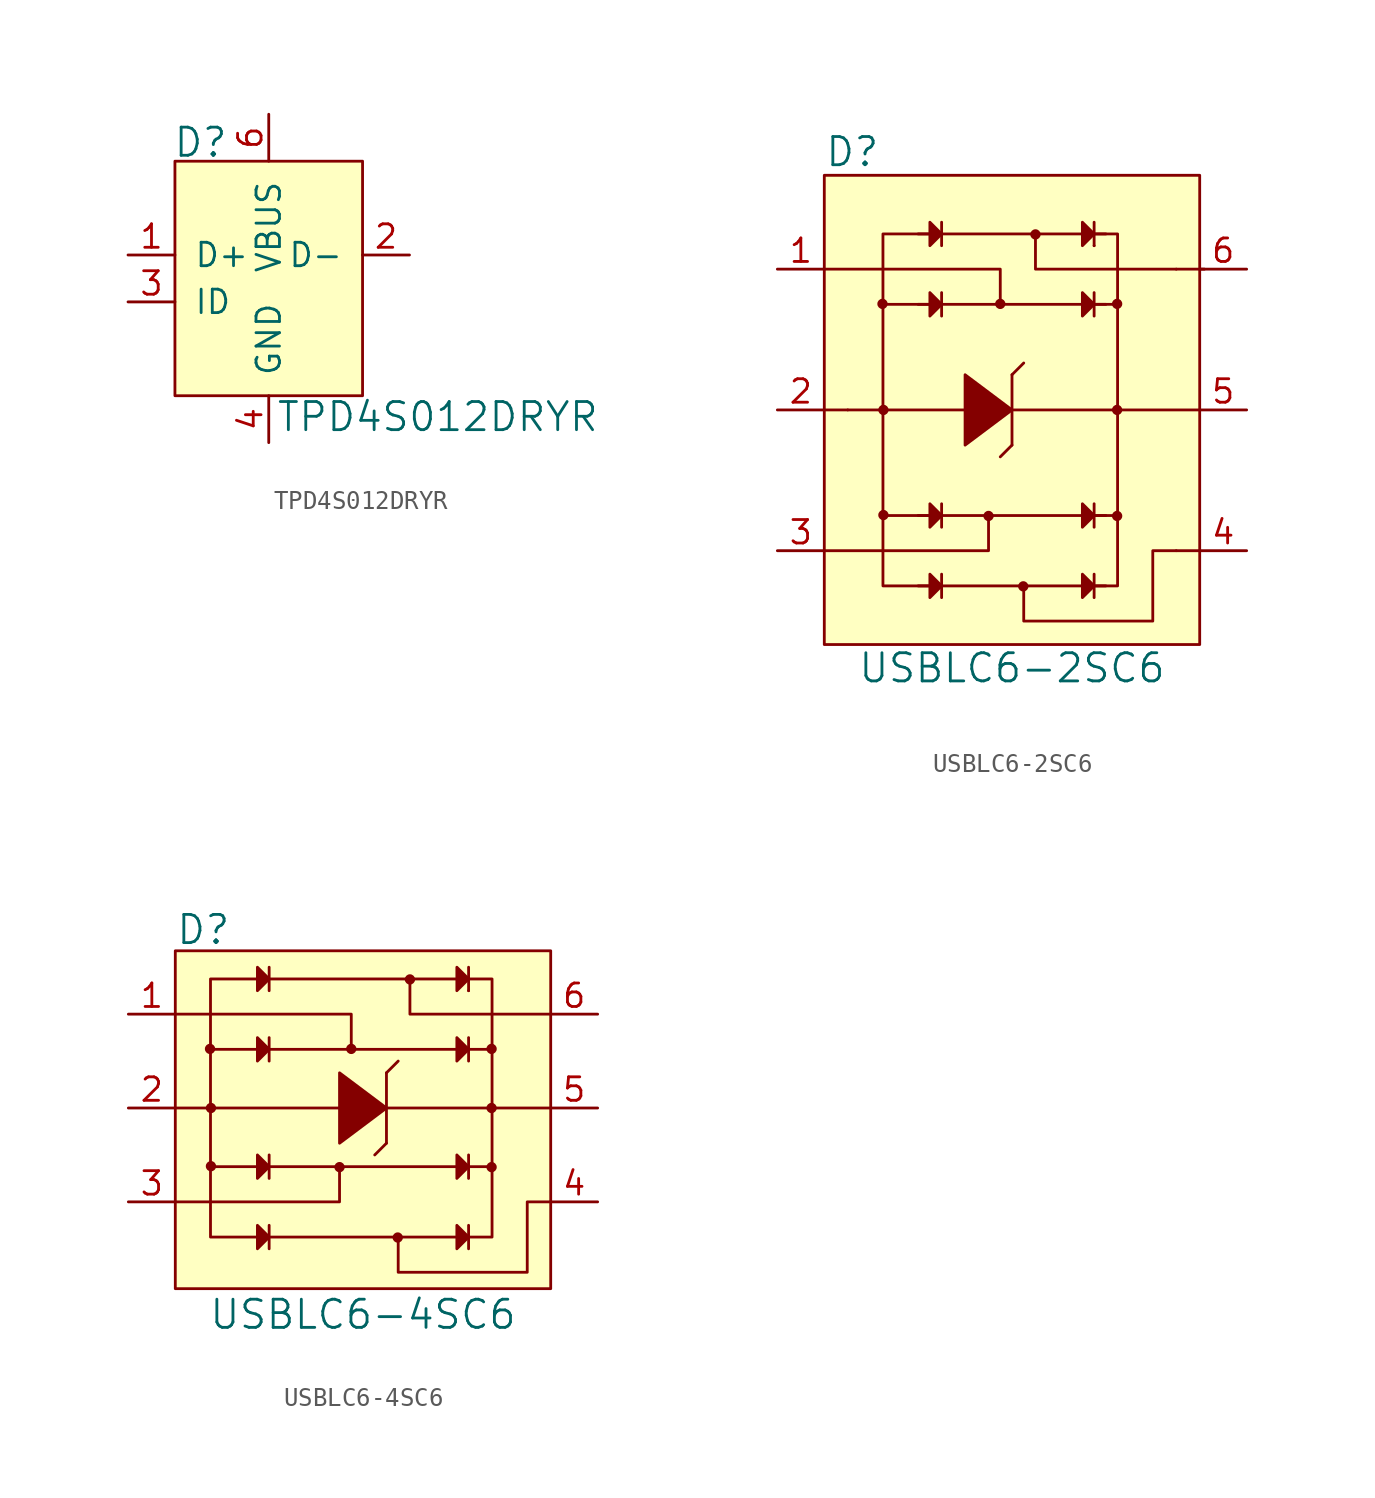
<source format=kicad_sym>
(kicad_symbol_lib
  (version 20220914)
  (generator kicad_symbol_editor)
  (symbol "TPD4S012DRYR"
    (pin_names
      (offset 1.016))
    (property "Reference" "D"
      (at -5.207 1.016 0)
      (effects (font (size 1.524 1.524)) (justify left)))
    (property "Value" "TPD4S012DRYR"
      (at 0.381 -13.843 0)
      (effects (font (size 1.524 1.524)) (justify left)))
    (symbol "TPD4S012DRYR_0_1"
      (rectangle (start -5.08 0) (end 5.08 -12.7) (stroke (width 0) (type default)) (fill (type background))))
    (symbol "TPD4S012DRYR_1_1"
      (pin input line (at -7.62 -5.08 0) (length 2.54) (name "D+" (effects (font (size 1.27 1.27)))) (number "1" (effects (font (size 1.27 1.27)))))
      (pin output line (at 7.62 -5.08 180) (length 2.54) (name "D-" (effects (font (size 1.27 1.27)))) (number "2" (effects (font (size 1.27 1.27)))))
      (pin input line (at -7.62 -7.62 0) (length 2.54) (name "ID" (effects (font (size 1.27 1.27)))) (number "3" (effects (font (size 1.27 1.27)))))
      (pin power_in line (at 0 -15.24 90) (length 2.54) (name "GND" (effects (font (size 1.27 1.27)))) (number "4" (effects (font (size 1.27 1.27)))))
      (pin no_connect line (at 5.08 -7.62 180) (length 2.54) hide (name "NC" (effects (font (size 1.27 1.27)))) (number "5" (effects (font (size 1.27 1.27)))))
      (pin power_in line (at 0 2.54 270) (length 2.54) (name "VBUS" (effects (font (size 1.27 1.27)))) (number "6" (effects (font (size 1.27 1.27)))))))
  (symbol "USBLC6-2SC6"
    (pin_names
      (offset 1.016))
    (property "Reference" "D"
      (at -10.16 13.97 0)
      (effects (font (size 1.524 1.524)) (justify left)))
    (property "Value" "USBLC6-2SC6"
      (at 0 -13.97 0)
      (effects (font (size 1.524 1.524))))
    (symbol "USBLC6-2SC6_0_1"
      (rectangle (start -10.16 12.7) (end 10.16 -12.7) (stroke (width 0) (type default)) (fill (type background)))
      (circle (center -7.01 5.74) (radius 0.203) (stroke (width 0) (type default)) (fill (type outline)))
      (circle (center -6.96 -5.69) (radius 0.203) (stroke (width 0) (type default)) (fill (type outline)))
      (circle (center -6.96 0) (radius 0.203) (stroke (width 0) (type default)) (fill (type outline)))
      (circle (center -1.27 -5.74) (radius 0.203) (stroke (width 0) (type default)) (fill (type outline)))
      (circle (center -0.635 5.74) (radius 0.203) (stroke (width 0) (type default)) (fill (type outline)))
      (polyline (pts (xy -8.89 0) (xy -10.16 0)) (stroke (width 0) (type default)) (fill (type none)))
      (polyline (pts (xy -5.08 -9.525) (xy 5.08 -9.525)) (stroke (width 0) (type default)) (fill (type none)))
      (polyline (pts (xy -5.08 -5.715) (xy 5.08 -5.715)) (stroke (width 0) (type default)) (fill (type none)))
      (polyline (pts (xy -5.08 5.715) (xy 5.08 5.715)) (stroke (width 0) (type default)) (fill (type none)))
      (polyline (pts (xy -5.08 9.525) (xy 5.08 9.525)) (stroke (width 0) (type default)) (fill (type none)))
      (polyline (pts (xy -4.445 -5.715) (xy -6.985 -5.715)) (stroke (width 0) (type default)) (fill (type none)))
      (polyline (pts (xy -4.445 5.715) (xy -6.985 5.715)) (stroke (width 0) (type default)) (fill (type none)))
      (polyline (pts (xy -3.81 -8.89) (xy -3.81 -10.16)) (stroke (width 0) (type default)) (fill (type none)))
      (polyline (pts (xy -3.81 -5.08) (xy -3.81 -6.35)) (stroke (width 0) (type default)) (fill (type none)))
      (polyline (pts (xy -3.81 6.35) (xy -3.81 5.08)) (stroke (width 0) (type default)) (fill (type none)))
      (polyline (pts (xy -3.81 10.16) (xy -3.81 8.89)) (stroke (width 0) (type default)) (fill (type none)))
      (polyline (pts (xy 0 -1.905) (xy -0.635 -2.54)) (stroke (width 0) (type default)) (fill (type none)))
      (polyline (pts (xy 0 1.905) (xy 0 -1.905)) (stroke (width 0) (type default)) (fill (type none)))
      (polyline (pts (xy 0 1.905) (xy 0.635 2.54)) (stroke (width 0) (type default)) (fill (type none)))
      (polyline (pts (xy 4.445 -8.89) (xy 4.445 -10.16)) (stroke (width 0) (type default)) (fill (type none)))
      (polyline (pts (xy 4.445 -5.715) (xy 5.715 -5.715)) (stroke (width 0) (type default)) (fill (type none)))
      (polyline (pts (xy 4.445 -5.08) (xy 4.445 -6.35)) (stroke (width 0) (type default)) (fill (type none)))
      (polyline (pts (xy 4.445 5.715) (xy 5.715 5.715)) (stroke (width 0) (type default)) (fill (type none)))
      (polyline (pts (xy 4.445 6.35) (xy 4.445 5.08)) (stroke (width 0) (type default)) (fill (type none)))
      (polyline (pts (xy 4.445 8.89) (xy 4.445 8.89)) (stroke (width 0) (type default)) (fill (type none)))
      (polyline (pts (xy 4.445 10.16) (xy 4.445 8.89)) (stroke (width 0) (type default)) (fill (type none)))
      (polyline (pts (xy 5.588 0) (xy 10.16 0)) (stroke (width 0) (type default)) (fill (type none)))
      (polyline (pts (xy 5.715 0) (xy 0 0)) (stroke (width 0) (type default)) (fill (type none)))
      (polyline (pts (xy 5.715 5.715) (xy 5.715 5.715)) (stroke (width 0) (type default)) (fill (type none)))
      (polyline (pts (xy 8.89 -7.62) (xy 10.16 -7.62)) (stroke (width 0) (type default)) (fill (type none)))
      (polyline (pts (xy 8.89 7.62) (xy 10.414 7.62)) (stroke (width 0) (type default)) (fill (type none)))
      (polyline (pts (xy -10.16 -7.62) (xy -1.27 -7.62) (xy -1.27 -5.715)) (stroke (width 0) (type default)) (fill (type none)))
      (polyline (pts (xy -10.16 7.62) (xy -0.635 7.62) (xy -0.635 5.715)) (stroke (width 0) (type default)) (fill (type none)))
      (polyline (pts (xy -8.89 0) (xy -6.985 0) (xy 0 0)) (stroke (width 0) (type default)) (fill (type none)))
      (polyline (pts (xy 8.89 7.62) (xy 1.27 7.62) (xy 1.27 9.525)) (stroke (width 0) (type default)) (fill (type none)))
      (polyline (pts (xy -4.445 -9.525) (xy -6.985 -9.525) (xy -6.985 9.525) (xy -4.445 9.525)) (stroke (width 0) (type default)) (fill (type none)))
      (polyline (pts (xy -4.445 -8.89) (xy -4.445 -10.16) (xy -3.81 -9.525) (xy -4.445 -8.89)) (stroke (width 0) (type default)) (fill (type outline)))
      (polyline (pts (xy -4.445 -5.08) (xy -4.445 -6.35) (xy -3.81 -5.715) (xy -4.445 -5.08)) (stroke (width 0) (type default)) (fill (type outline)))
      (polyline (pts (xy -4.445 6.35) (xy -4.445 5.08) (xy -3.81 5.715) (xy -4.445 6.35)) (stroke (width 0) (type default)) (fill (type outline)))
      (polyline (pts (xy -4.445 10.16) (xy -4.445 8.89) (xy -3.81 9.525) (xy -4.445 10.16)) (stroke (width 0) (type default)) (fill (type outline)))
      (polyline (pts (xy -2.54 1.905) (xy -2.54 -1.905) (xy 0 0) (xy -2.54 1.905)) (stroke (width 0) (type default)) (fill (type outline)))
      (polyline (pts (xy 3.81 -8.89) (xy 3.81 -10.16) (xy 4.445 -9.525) (xy 3.81 -8.89)) (stroke (width 0) (type default)) (fill (type outline)))
      (polyline (pts (xy 3.81 -5.08) (xy 3.81 -6.35) (xy 4.445 -5.715) (xy 3.81 -5.08)) (stroke (width 0) (type default)) (fill (type outline)))
      (polyline (pts (xy 3.81 6.35) (xy 3.81 5.08) (xy 4.445 5.715) (xy 3.81 6.35)) (stroke (width 0) (type default)) (fill (type outline)))
      (polyline (pts (xy 3.81 10.16) (xy 3.81 8.89) (xy 4.445 9.525) (xy 3.81 10.16)) (stroke (width 0) (type default)) (fill (type outline)))
      (polyline (pts (xy 4.445 9.525) (xy 5.715 9.525) (xy 5.715 -9.525) (xy 4.445 -9.525)) (stroke (width 0) (type default)) (fill (type none)))
      (polyline (pts (xy 8.89 -7.62) (xy 7.62 -7.62) (xy 7.62 -11.43) (xy 0.635 -11.43) (xy 0.635 -9.525)) (stroke (width 0) (type default)) (fill (type none)))
      (circle (center 0.61 -9.55) (radius 0.203) (stroke (width 0) (type default)) (fill (type outline)))
      (circle (center 1.27 9.5) (radius 0.203) (stroke (width 0) (type default)) (fill (type outline)))
      (circle (center 5.69 -5.74) (radius 0.203) (stroke (width 0) (type default)) (fill (type outline)))
      (circle (center 5.69 0) (radius 0.203) (stroke (width 0) (type default)) (fill (type outline)))
      (circle (center 5.69 5.74) (radius 0.203) (stroke (width 0) (type default)) (fill (type outline))))
    (symbol "USBLC6-2SC6_1_1"
      (pin input line (at -12.7 7.62 0) (length 2.54) (name "~" (effects (font (size 1.27 1.27)))) (number "1" (effects (font (size 1.27 1.27)))))
      (pin power_in line (at -12.7 0 0) (length 2.54) (name "~" (effects (font (size 1.27 1.27)))) (number "2" (effects (font (size 1.27 1.27)))))
      (pin input line (at -12.7 -7.62 0) (length 2.54) (name "~" (effects (font (size 1.27 1.27)))) (number "3" (effects (font (size 1.27 1.27)))))
      (pin input line (at 12.7 -7.62 180) (length 2.54) (name "~" (effects (font (size 1.27 1.27)))) (number "4" (effects (font (size 1.27 1.27)))))
      (pin output line (at 12.7 0 180) (length 2.54) (name "~" (effects (font (size 1.27 1.27)))) (number "5" (effects (font (size 1.27 1.27)))))
      (pin input line (at 12.7 7.62 180) (length 2.54) (name "~" (effects (font (size 1.27 1.27)))) (number "6" (effects (font (size 1.27 1.27)))))))
  (symbol "USBLC6-4SC6"
    (pin_names
      (offset 1.016))
    (property "Reference" "D"
      (at -10.16 9.652 0)
      (effects (font (size 1.524 1.524)) (justify left)))
    (property "Value" "USBLC6-4SC6"
      (at 0 -11.176 0)
      (effects (font (size 1.524 1.524))))
    (symbol "USBLC6-4SC6_0_1"
      (rectangle (start -10.16 8.509) (end 10.16 -9.779) (stroke (width 0) (type default)) (fill (type background)))
      (circle (center -8.28 3.2) (radius 0.203) (stroke (width 0) (type default)) (fill (type outline)))
      (circle (center -8.23 -3.15) (radius 0.203) (stroke (width 0) (type default)) (fill (type outline)))
      (circle (center -8.23 0) (radius 0.203) (stroke (width 0) (type default)) (fill (type outline)))
      (circle (center -1.27 -3.2) (radius 0.203) (stroke (width 0) (type default)) (fill (type outline)))
      (circle (center -0.635 3.2) (radius 0.203) (stroke (width 0) (type default)) (fill (type outline)))
      (polyline (pts (xy -5.715 -3.175) (xy -8.255 -3.175)) (stroke (width 0) (type default)) (fill (type none)))
      (polyline (pts (xy -5.715 3.175) (xy -8.255 3.175)) (stroke (width 0) (type default)) (fill (type none)))
      (polyline (pts (xy -5.08 -6.985) (xy 5.08 -6.985)) (stroke (width 0) (type default)) (fill (type none)))
      (polyline (pts (xy -5.08 -6.35) (xy -5.08 -7.62)) (stroke (width 0) (type default)) (fill (type none)))
      (polyline (pts (xy -5.08 -3.175) (xy 5.08 -3.175)) (stroke (width 0) (type default)) (fill (type none)))
      (polyline (pts (xy -5.08 -2.54) (xy -5.08 -3.81)) (stroke (width 0) (type default)) (fill (type none)))
      (polyline (pts (xy -5.08 3.175) (xy 5.08 3.175)) (stroke (width 0) (type default)) (fill (type none)))
      (polyline (pts (xy -5.08 3.81) (xy -5.08 2.54)) (stroke (width 0) (type default)) (fill (type none)))
      (polyline (pts (xy -5.08 6.985) (xy 5.08 6.985)) (stroke (width 0) (type default)) (fill (type none)))
      (polyline (pts (xy -5.08 7.62) (xy -5.08 6.35)) (stroke (width 0) (type default)) (fill (type none)))
      (polyline (pts (xy 1.27 -1.905) (xy 0.635 -2.54)) (stroke (width 0) (type default)) (fill (type none)))
      (polyline (pts (xy 1.27 1.905) (xy 1.27 -1.905)) (stroke (width 0) (type default)) (fill (type none)))
      (polyline (pts (xy 1.27 1.905) (xy 1.905 2.54)) (stroke (width 0) (type default)) (fill (type none)))
      (polyline (pts (xy 5.715 -6.35) (xy 5.715 -7.62)) (stroke (width 0) (type default)) (fill (type none)))
      (polyline (pts (xy 5.715 -3.175) (xy 6.985 -3.175)) (stroke (width 0) (type default)) (fill (type none)))
      (polyline (pts (xy 5.715 -2.54) (xy 5.715 -3.81)) (stroke (width 0) (type default)) (fill (type none)))
      (polyline (pts (xy 5.715 3.175) (xy 6.985 3.175)) (stroke (width 0) (type default)) (fill (type none)))
      (polyline (pts (xy 5.715 3.81) (xy 5.715 2.54)) (stroke (width 0) (type default)) (fill (type none)))
      (polyline (pts (xy 5.715 6.35) (xy 5.715 6.35)) (stroke (width 0) (type default)) (fill (type none)))
      (polyline (pts (xy 5.715 7.62) (xy 5.715 6.35)) (stroke (width 0) (type default)) (fill (type none)))
      (polyline (pts (xy 6.985 0) (xy 1.27 0)) (stroke (width 0) (type default)) (fill (type none)))
      (polyline (pts (xy 6.985 3.175) (xy 6.985 3.175)) (stroke (width 0) (type default)) (fill (type none)))
      (polyline (pts (xy 10.16 0) (xy 6.985 0)) (stroke (width 0) (type default)) (fill (type none)))
      (polyline (pts (xy -10.16 -5.08) (xy -1.27 -5.08) (xy -1.27 -3.175)) (stroke (width 0) (type default)) (fill (type none)))
      (polyline (pts (xy -10.16 0) (xy -8.255 0) (xy -1.27 0)) (stroke (width 0) (type default)) (fill (type none)))
      (polyline (pts (xy -10.16 5.08) (xy -0.635 5.08) (xy -0.635 3.175)) (stroke (width 0) (type default)) (fill (type none)))
      (polyline (pts (xy 10.16 5.08) (xy 2.54 5.08) (xy 2.54 6.985)) (stroke (width 0) (type default)) (fill (type none)))
      (polyline (pts (xy -5.715 -6.35) (xy -5.715 -7.62) (xy -5.08 -6.985) (xy -5.715 -6.35)) (stroke (width 0) (type default)) (fill (type outline)))
      (polyline (pts (xy -5.715 -2.54) (xy -5.715 -3.81) (xy -5.08 -3.175) (xy -5.715 -2.54)) (stroke (width 0) (type default)) (fill (type outline)))
      (polyline (pts (xy -5.715 3.81) (xy -5.715 2.54) (xy -5.08 3.175) (xy -5.715 3.81)) (stroke (width 0) (type default)) (fill (type outline)))
      (polyline (pts (xy -5.715 7.62) (xy -5.715 6.35) (xy -5.08 6.985) (xy -5.715 7.62)) (stroke (width 0) (type default)) (fill (type outline)))
      (polyline (pts (xy -1.27 1.905) (xy -1.27 -1.905) (xy 1.27 0) (xy -1.27 1.905)) (stroke (width 0) (type default)) (fill (type outline)))
      (polyline (pts (xy 5.08 -6.35) (xy 5.08 -7.62) (xy 5.715 -6.985) (xy 5.08 -6.35)) (stroke (width 0) (type default)) (fill (type outline)))
      (polyline (pts (xy 5.08 -2.54) (xy 5.08 -3.81) (xy 5.715 -3.175) (xy 5.08 -2.54)) (stroke (width 0) (type default)) (fill (type outline)))
      (polyline (pts (xy 5.08 3.81) (xy 5.08 2.54) (xy 5.715 3.175) (xy 5.08 3.81)) (stroke (width 0) (type default)) (fill (type outline)))
      (polyline (pts (xy 5.08 7.62) (xy 5.08 6.35) (xy 5.715 6.985) (xy 5.08 7.62)) (stroke (width 0) (type default)) (fill (type outline)))
      (polyline (pts (xy 10.16 -5.08) (xy 8.89 -5.08) (xy 8.89 -8.89) (xy 1.905 -8.89) (xy 1.905 -6.985)) (stroke (width 0) (type default)) (fill (type none)))
      (circle (center 1.88 -7.01) (radius 0.203) (stroke (width 0) (type default)) (fill (type outline)))
      (circle (center 2.54 6.96) (radius 0.203) (stroke (width 0) (type default)) (fill (type outline)))
      (circle (center 6.96 -3.2) (radius 0.203) (stroke (width 0) (type default)) (fill (type outline)))
      (circle (center 6.96 0) (radius 0.203) (stroke (width 0) (type default)) (fill (type outline)))
      (circle (center 6.96 3.2) (radius 0.203) (stroke (width 0) (type default)) (fill (type outline))))
    (symbol "USBLC6-4SC6_1_1"
      (polyline (pts (xy -5.715 6.985) (xy -8.255 6.985) (xy -8.255 -6.985) (xy -5.715 -6.985)) (stroke (width 0) (type default)) (fill (type none)))
      (polyline (pts (xy 5.715 -6.985) (xy 6.985 -6.985) (xy 6.985 6.985) (xy 5.715 6.985)) (stroke (width 0) (type default)) (fill (type none)))
      (pin input line (at -12.7 5.08 0) (length 2.54) (name "~" (effects (font (size 1.27 1.27)))) (number "1" (effects (font (size 1.27 1.27)))))
      (pin power_in line (at -12.7 0 0) (length 2.54) (name "~" (effects (font (size 1.27 1.27)))) (number "2" (effects (font (size 1.27 1.27)))))
      (pin input line (at -12.7 -5.08 0) (length 2.54) (name "~" (effects (font (size 1.27 1.27)))) (number "3" (effects (font (size 1.27 1.27)))))
      (pin input line (at 12.7 -5.08 180) (length 2.54) (name "~" (effects (font (size 1.27 1.27)))) (number "4" (effects (font (size 1.27 1.27)))))
      (pin output line (at 12.7 0 180) (length 2.54) (name "~" (effects (font (size 1.27 1.27)))) (number "5" (effects (font (size 1.27 1.27)))))
      (pin input line (at 12.7 5.08 180) (length 2.54) (name "~" (effects (font (size 1.27 1.27)))) (number "6" (effects (font (size 1.27 1.27))))))))
</source>
